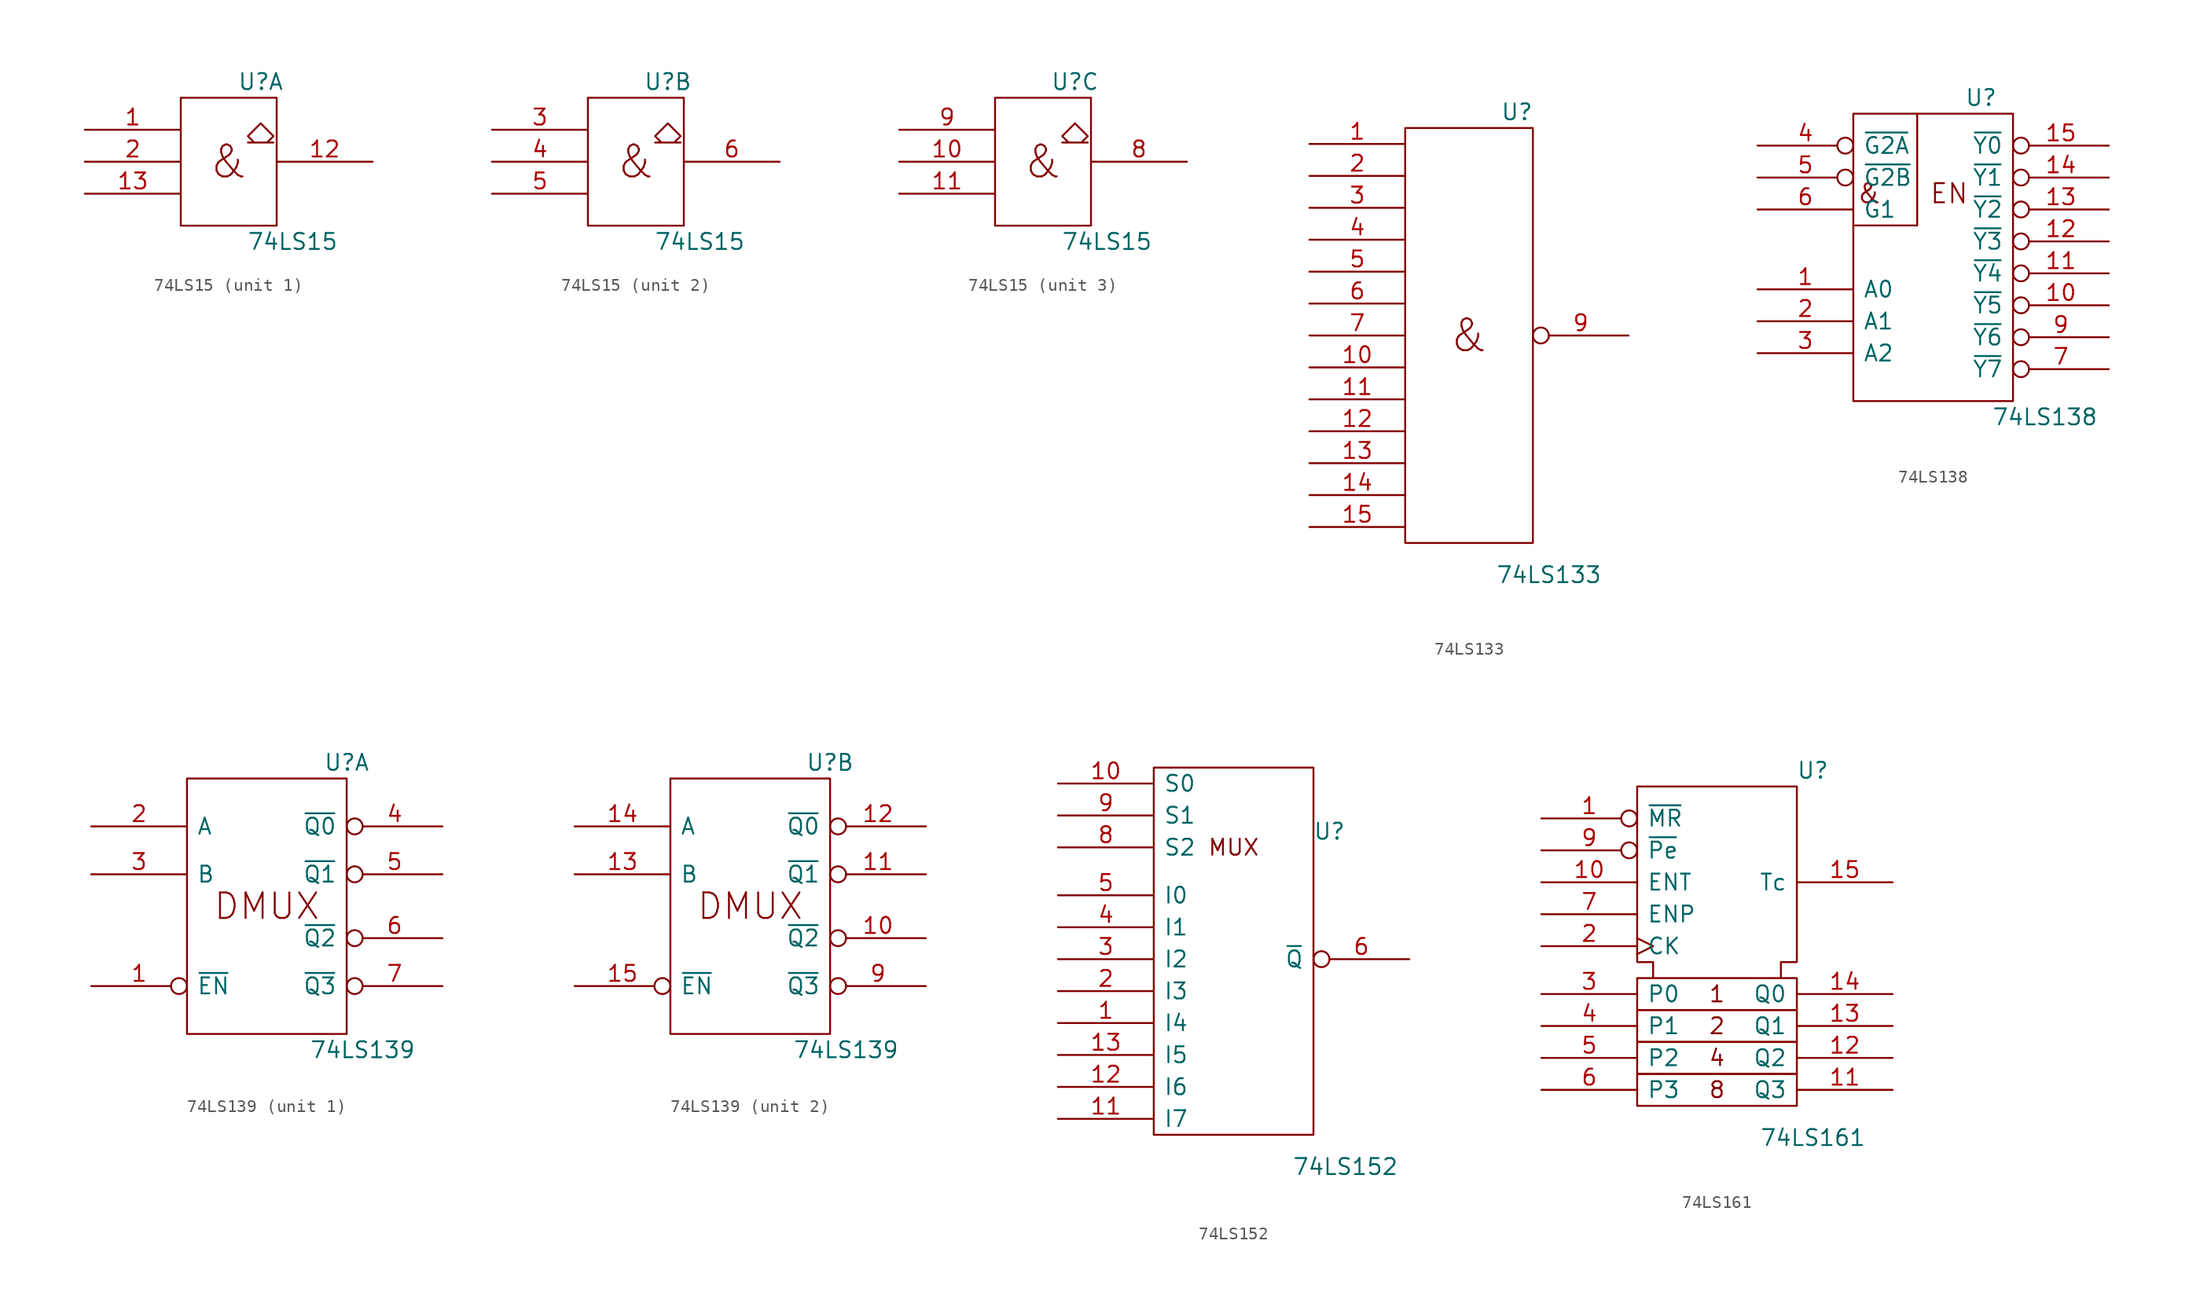
<source format=kicad_sym>
(kicad_symbol_lib
  (version 20211014)
  (generator kicad_symbol_editor)
  (symbol "74LS15"
    (pin_names
      (offset 0.762))
    (property "Reference" "U"
      (at 2.54 6.35 0)
      (effects (font (size 1.27 1.27))))
    (property "Value" "74LS15"
      (at 5.08 -6.35 0)
      (effects (font (size 1.27 1.27))))
    (symbol "74LS15_0_0"
      (polyline (pts (xy 2.032 1.524) (xy 1.524 2.032) (xy 2.54 3.048) (xy 3.556 2.032) (xy 3.048 1.524) (xy 3.556 1.524) (xy 1.524 1.524) (xy 1.524 1.524)) (stroke (width 0) (type default) (color 0 0 0 0)) (fill (type none)))
      (text "&" (at 0 0 0) (effects (font (size 2.54 2.54)))))
    (symbol "74LS15_0_1"
      (rectangle (start -3.81 5.08) (end 3.81 -5.08) (stroke (width 0) (type default) (color 0 0 0 0)) (fill (type none)))
      (pin power_in line (at 0 5.08 270) (length 0) hide (name "Vcc" (effects (font (size 1.27 1.27)))) (number "14" (effects (font (size 1.27 1.27)))))
      (pin power_in line (at 0 -5.08 90) (length 0) hide (name "Gnd" (effects (font (size 1.27 1.27)))) (number "7" (effects (font (size 1.27 1.27))))))
    (symbol "74LS15_1_1"
      (pin input line (at -11.43 2.54 0) (length 7.62) (name "~" (effects (font (size 1.27 1.27)))) (number "1" (effects (font (size 1.27 1.27)))))
      (pin output line (at 11.43 0 180) (length 7.62) (name "~" (effects (font (size 1.27 1.27)))) (number "12" (effects (font (size 1.27 1.27)))))
      (pin input line (at -11.43 -2.54 0) (length 7.62) (name "~" (effects (font (size 1.27 1.27)))) (number "13" (effects (font (size 1.27 1.27)))))
      (pin input line (at -11.43 0 0) (length 7.62) (name "~" (effects (font (size 1.27 1.27)))) (number "2" (effects (font (size 1.27 1.27))))))
    (symbol "74LS15_2_1"
      (pin input line (at -11.43 2.54 0) (length 7.62) (name "~" (effects (font (size 1.27 1.27)))) (number "3" (effects (font (size 1.27 1.27)))))
      (pin input line (at -11.43 0 0) (length 7.62) (name "~" (effects (font (size 1.27 1.27)))) (number "4" (effects (font (size 1.27 1.27)))))
      (pin input line (at -11.43 -2.54 0) (length 7.62) (name "~" (effects (font (size 1.27 1.27)))) (number "5" (effects (font (size 1.27 1.27)))))
      (pin output line (at 11.43 0 180) (length 7.62) (name "~" (effects (font (size 1.27 1.27)))) (number "6" (effects (font (size 1.27 1.27))))))
    (symbol "74LS15_3_1"
      (pin input line (at -11.43 0 0) (length 7.62) (name "~" (effects (font (size 1.27 1.27)))) (number "10" (effects (font (size 1.27 1.27)))))
      (pin input line (at -11.43 -2.54 0) (length 7.62) (name "~" (effects (font (size 1.27 1.27)))) (number "11" (effects (font (size 1.27 1.27)))))
      (pin output line (at 11.43 0 180) (length 7.62) (name "~" (effects (font (size 1.27 1.27)))) (number "8" (effects (font (size 1.27 1.27)))))
      (pin input line (at -11.43 2.54 0) (length 7.62) (name "~" (effects (font (size 1.27 1.27)))) (number "9" (effects (font (size 1.27 1.27)))))))
  (symbol "74LS133"
    (pin_names
      (offset 0.762))
    (property "Reference" "U"
      (at 3.81 17.78 0)
      (effects (font (size 1.27 1.27))))
    (property "Value" "74LS133"
      (at 6.35 -19.05 0)
      (effects (font (size 1.27 1.27))))
    (symbol "74LS133_0_0"
      (text "&" (at 0 0 0) (effects (font (size 2.54 2.54)))))
    (symbol "74LS133_0_1"
      (rectangle (start -5.08 16.51) (end 5.08 -16.51) (stroke (width 0) (type default) (color 0 0 0 0)) (fill (type none)))
      (pin power_in line (at 0 16.51 270) (length 0) hide (name "Vcc" (effects (font (size 1.27 1.27)))) (number "16" (effects (font (size 1.27 1.27)))))
      (pin power_in line (at 0 -16.51 90) (length 0) hide (name "Gnd" (effects (font (size 1.27 1.27)))) (number "8" (effects (font (size 1.27 1.27))))))
    (symbol "74LS133_1_1"
      (pin input line (at -12.7 15.24 0) (length 7.62) (name "~" (effects (font (size 1.27 1.27)))) (number "1" (effects (font (size 1.27 1.27)))))
      (pin input line (at -12.7 -2.54 0) (length 7.62) (name "~" (effects (font (size 1.27 1.27)))) (number "10" (effects (font (size 1.27 1.27)))))
      (pin input line (at -12.7 -5.08 0) (length 7.62) (name "~" (effects (font (size 1.27 1.27)))) (number "11" (effects (font (size 1.27 1.27)))))
      (pin input line (at -12.7 -7.62 0) (length 7.62) (name "~" (effects (font (size 1.27 1.27)))) (number "12" (effects (font (size 1.27 1.27)))))
      (pin input line (at -12.7 -10.16 0) (length 7.62) (name "~" (effects (font (size 1.27 1.27)))) (number "13" (effects (font (size 1.27 1.27)))))
      (pin input line (at -12.7 -12.7 0) (length 7.62) (name "~" (effects (font (size 1.27 1.27)))) (number "14" (effects (font (size 1.27 1.27)))))
      (pin input line (at -12.7 -15.24 0) (length 7.62) (name "~" (effects (font (size 1.27 1.27)))) (number "15" (effects (font (size 1.27 1.27)))))
      (pin input line (at -12.7 12.7 0) (length 7.62) (name "~" (effects (font (size 1.27 1.27)))) (number "2" (effects (font (size 1.27 1.27)))))
      (pin input line (at -12.7 10.16 0) (length 7.62) (name "~" (effects (font (size 1.27 1.27)))) (number "3" (effects (font (size 1.27 1.27)))))
      (pin input line (at -12.7 7.62 0) (length 7.62) (name "~" (effects (font (size 1.27 1.27)))) (number "4" (effects (font (size 1.27 1.27)))))
      (pin input line (at -12.7 5.08 0) (length 7.62) (name "~" (effects (font (size 1.27 1.27)))) (number "5" (effects (font (size 1.27 1.27)))))
      (pin input line (at -12.7 2.54 0) (length 7.62) (name "~" (effects (font (size 1.27 1.27)))) (number "6" (effects (font (size 1.27 1.27)))))
      (pin input line (at -12.7 0 0) (length 7.62) (name "~" (effects (font (size 1.27 1.27)))) (number "7" (effects (font (size 1.27 1.27)))))
      (pin output inverted (at 12.7 0 180) (length 7.62) (name "~" (effects (font (size 1.27 1.27)))) (number "9" (effects (font (size 1.27 1.27)))))))
  (symbol "74LS138"
    (pin_names
      (offset 0.762))
    (property "Reference" "U"
      (at 3.81 8.89 0)
      (effects (font (size 1.27 1.27))))
    (property "Value" "74LS138"
      (at 8.89 -16.51 0)
      (effects (font (size 1.27 1.27))))
    (symbol "74LS138_0_0"
      (polyline (pts (xy -1.27 7.62) (xy -1.27 -1.27) (xy -6.35 -1.27) (xy -6.35 -1.27)) (stroke (width 0) (type default) (color 0 0 0 0)) (fill (type none)))
      (text "&" (at -5.08 1.27 0) (effects (font (size 1.524 1.524))))
      (text "EN" (at 1.27 1.27 0) (effects (font (size 1.524 1.524))))
      (pin power_in line (at 0 7.62 270) (length 0) hide (name "VCC" (effects (font (size 1.27 1.27)))) (number "16" (effects (font (size 1.27 1.27))))))
    (symbol "74LS138_0_1"
      (rectangle (start -6.35 7.62) (end 6.35 -15.24) (stroke (width 0) (type default) (color 0 0 0 0)) (fill (type none))))
    (symbol "74LS138_1_1"
      (pin input line (at -13.97 -6.35 0) (length 7.62) (name "A0" (effects (font (size 1.27 1.27)))) (number "1" (effects (font (size 1.27 1.27)))))
      (pin output inverted (at 13.97 -7.62 180) (length 7.62) (name "~{Y5}" (effects (font (size 1.27 1.27)))) (number "10" (effects (font (size 1.27 1.27)))))
      (pin output inverted (at 13.97 -5.08 180) (length 7.62) (name "~{Y4}" (effects (font (size 1.27 1.27)))) (number "11" (effects (font (size 1.27 1.27)))))
      (pin output inverted (at 13.97 -2.54 180) (length 7.62) (name "~{Y3}" (effects (font (size 1.27 1.27)))) (number "12" (effects (font (size 1.27 1.27)))))
      (pin output inverted (at 13.97 0 180) (length 7.62) (name "~{Y2}" (effects (font (size 1.27 1.27)))) (number "13" (effects (font (size 1.27 1.27)))))
      (pin output inverted (at 13.97 2.54 180) (length 7.62) (name "~{Y1}" (effects (font (size 1.27 1.27)))) (number "14" (effects (font (size 1.27 1.27)))))
      (pin output inverted (at 13.97 5.08 180) (length 7.62) (name "~{Y0}" (effects (font (size 1.27 1.27)))) (number "15" (effects (font (size 1.27 1.27)))))
      (pin input line (at -13.97 -8.89 0) (length 7.62) (name "A1" (effects (font (size 1.27 1.27)))) (number "2" (effects (font (size 1.27 1.27)))))
      (pin input line (at -13.97 -11.43 0) (length 7.62) (name "A2" (effects (font (size 1.27 1.27)))) (number "3" (effects (font (size 1.27 1.27)))))
      (pin input inverted (at -13.97 5.08 0) (length 7.62) (name "~{G2A}" (effects (font (size 1.27 1.27)))) (number "4" (effects (font (size 1.27 1.27)))))
      (pin input inverted (at -13.97 2.54 0) (length 7.62) (name "~{G2B}" (effects (font (size 1.27 1.27)))) (number "5" (effects (font (size 1.27 1.27)))))
      (pin input line (at -13.97 0 0) (length 7.62) (name "G1" (effects (font (size 1.27 1.27)))) (number "6" (effects (font (size 1.27 1.27)))))
      (pin output inverted (at 13.97 -12.7 180) (length 7.62) (name "~{Y7}" (effects (font (size 1.27 1.27)))) (number "7" (effects (font (size 1.27 1.27)))))
      (pin power_in line (at 0 -15.24 90) (length 0) hide (name "GND" (effects (font (size 1.27 1.27)))) (number "8" (effects (font (size 1.27 1.27)))))
      (pin output inverted (at 13.97 -10.16 180) (length 7.62) (name "~{Y6}" (effects (font (size 1.27 1.27)))) (number "9" (effects (font (size 1.27 1.27)))))))
  (symbol "74LS139"
    (pin_names
      (offset 0.762))
    (property "Reference" "U"
      (at 6.35 11.43 0)
      (effects (font (size 1.27 1.27))))
    (property "Value" "74LS139"
      (at 7.62 -11.43 0)
      (effects (font (size 1.27 1.27))))
    (symbol "74LS139_0_0"
      (rectangle (start -6.35 10.16) (end 6.35 -10.16) (stroke (width 0) (type default) (color 0 0 0 0)) (fill (type none)))
      (text "DMUX" (at 0 0 0) (effects (font (size 2.032 2.032))))
      (pin power_in line (at 0 10.16 270) (length 0) hide (name "VCC" (effects (font (size 1.27 1.27)))) (number "16" (effects (font (size 1.27 1.27)))))
      (pin power_in line (at 0 -10.16 90) (length 0) hide (name "GND" (effects (font (size 1.27 1.27)))) (number "8" (effects (font (size 1.27 1.27))))))
    (symbol "74LS139_1_1"
      (pin input inverted (at -13.97 -6.35 0) (length 7.62) (name "~{EN}" (effects (font (size 1.27 1.27)))) (number "1" (effects (font (size 1.27 1.27)))))
      (pin input line (at -13.97 6.35 0) (length 7.62) (name "A" (effects (font (size 1.27 1.27)))) (number "2" (effects (font (size 1.27 1.27)))))
      (pin input line (at -13.97 2.54 0) (length 7.62) (name "B" (effects (font (size 1.27 1.27)))) (number "3" (effects (font (size 1.27 1.27)))))
      (pin output inverted (at 13.97 6.35 180) (length 7.62) (name "~{Q0}" (effects (font (size 1.27 1.27)))) (number "4" (effects (font (size 1.27 1.27)))))
      (pin output inverted (at 13.97 2.54 180) (length 7.62) (name "~{Q1}" (effects (font (size 1.27 1.27)))) (number "5" (effects (font (size 1.27 1.27)))))
      (pin output inverted (at 13.97 -2.54 180) (length 7.62) (name "~{Q2}" (effects (font (size 1.27 1.27)))) (number "6" (effects (font (size 1.27 1.27)))))
      (pin output inverted (at 13.97 -6.35 180) (length 7.62) (name "~{Q3}" (effects (font (size 1.27 1.27)))) (number "7" (effects (font (size 1.27 1.27))))))
    (symbol "74LS139_2_1"
      (pin output inverted (at 13.97 -2.54 180) (length 7.62) (name "~{Q2}" (effects (font (size 1.27 1.27)))) (number "10" (effects (font (size 1.27 1.27)))))
      (pin output inverted (at 13.97 2.54 180) (length 7.62) (name "~{Q1}" (effects (font (size 1.27 1.27)))) (number "11" (effects (font (size 1.27 1.27)))))
      (pin output inverted (at 13.97 6.35 180) (length 7.62) (name "~{Q0}" (effects (font (size 1.27 1.27)))) (number "12" (effects (font (size 1.27 1.27)))))
      (pin input line (at -13.97 2.54 0) (length 7.62) (name "B" (effects (font (size 1.27 1.27)))) (number "13" (effects (font (size 1.27 1.27)))))
      (pin input line (at -13.97 6.35 0) (length 7.62) (name "A" (effects (font (size 1.27 1.27)))) (number "14" (effects (font (size 1.27 1.27)))))
      (pin input inverted (at -13.97 -6.35 0) (length 7.62) (name "~{EN}" (effects (font (size 1.27 1.27)))) (number "15" (effects (font (size 1.27 1.27)))))
      (pin output inverted (at 13.97 -6.35 180) (length 7.62) (name "~{Q3}" (effects (font (size 1.27 1.27)))) (number "9" (effects (font (size 1.27 1.27)))))))
  (symbol "74LS152"
    (pin_names
      (offset 0.762))
    (property "Reference" "U"
      (at 7.62 11.43 0)
      (effects (font (size 1.27 1.27))))
    (property "Value" "74LS152"
      (at 8.89 -15.24 0)
      (effects (font (size 1.27 1.27))))
    (symbol "74LS152_0_0"
      (rectangle (start -6.35 16.51) (end 6.35 -12.7) (stroke (width 0) (type default) (color 0 0 0 0)) (fill (type none)))
      (text "MUX" (at 0 10.16 0) (effects (font (size 1.27 1.27))))
      (pin power_in line (at 0 16.51 270) (length 0) hide (name "VCC" (effects (font (size 1.27 1.27)))) (number "14" (effects (font (size 1.27 1.27)))))
      (pin power_in line (at 0 -12.7 90) (length 0) hide (name "GND" (effects (font (size 1.27 1.27)))) (number "7" (effects (font (size 1.27 1.27))))))
    (symbol "74LS152_1_1"
      (pin input line (at -13.97 -3.81 0) (length 7.62) (name "I4" (effects (font (size 1.27 1.27)))) (number "1" (effects (font (size 1.27 1.27)))))
      (pin input line (at -13.97 15.24 0) (length 7.62) (name "S0" (effects (font (size 1.27 1.27)))) (number "10" (effects (font (size 1.27 1.27)))))
      (pin input line (at -13.97 -11.43 0) (length 7.62) (name "I7" (effects (font (size 1.27 1.27)))) (number "11" (effects (font (size 1.27 1.27)))))
      (pin input line (at -13.97 -8.89 0) (length 7.62) (name "I6" (effects (font (size 1.27 1.27)))) (number "12" (effects (font (size 1.27 1.27)))))
      (pin input line (at -13.97 -6.35 0) (length 7.62) (name "I5" (effects (font (size 1.27 1.27)))) (number "13" (effects (font (size 1.27 1.27)))))
      (pin input line (at -13.97 -1.27 0) (length 7.62) (name "I3" (effects (font (size 1.27 1.27)))) (number "2" (effects (font (size 1.27 1.27)))))
      (pin input line (at -13.97 1.27 0) (length 7.62) (name "I2" (effects (font (size 1.27 1.27)))) (number "3" (effects (font (size 1.27 1.27)))))
      (pin input line (at -13.97 3.81 0) (length 7.62) (name "I1" (effects (font (size 1.27 1.27)))) (number "4" (effects (font (size 1.27 1.27)))))
      (pin input line (at -13.97 6.35 0) (length 7.62) (name "I0" (effects (font (size 1.27 1.27)))) (number "5" (effects (font (size 1.27 1.27)))))
      (pin output inverted (at 13.97 1.27 180) (length 7.62) (name "~{Q}" (effects (font (size 1.27 1.27)))) (number "6" (effects (font (size 1.27 1.27)))))
      (pin input line (at -13.97 10.16 0) (length 7.62) (name "S2" (effects (font (size 1.27 1.27)))) (number "8" (effects (font (size 1.27 1.27)))))
      (pin input line (at -13.97 12.7 0) (length 7.62) (name "S1" (effects (font (size 1.27 1.27)))) (number "9" (effects (font (size 1.27 1.27)))))))
  (symbol "74LS161"
    (pin_names
      (offset 0.762))
    (property "Reference" "U"
      (at 7.62 15.24 0)
      (effects (font (size 1.27 1.27))))
    (property "Value" "74LS161"
      (at 7.62 -13.97 0)
      (effects (font (size 1.27 1.27))))
    (symbol "74LS161_0_0"
      (rectangle (start -6.35 -8.89) (end 6.35 -11.43) (stroke (width 0) (type default) (color 0 0 0 0)) (fill (type none)))
      (rectangle (start -6.35 -6.35) (end 6.35 -8.89) (stroke (width 0) (type default) (color 0 0 0 0)) (fill (type none)))
      (rectangle (start -6.35 -3.81) (end 6.35 -6.35) (stroke (width 0) (type default) (color 0 0 0 0)) (fill (type none)))
      (rectangle (start -6.35 -1.27) (end 6.35 -3.81) (stroke (width 0) (type default) (color 0 0 0 0)) (fill (type none)))
      (polyline (pts (xy -5.08 -1.27) (xy -5.08 0) (xy -6.35 0) (xy -6.35 13.97) (xy 6.35 13.97) (xy 6.35 0) (xy 5.08 0) (xy 5.08 -1.27) (xy 5.08 -1.27)) (stroke (width 0) (type default) (color 0 0 0 0)) (fill (type none)))
      (text "1" (at 0 -2.54 0) (effects (font (size 1.27 1.27))))
      (text "2" (at 0 -5.08 0) (effects (font (size 1.27 1.27))))
      (text "4" (at 0 -7.62 0) (effects (font (size 1.27 1.27))))
      (text "8" (at 0 -10.16 0) (effects (font (size 1.27 1.27))))
      (pin power_in line (at 3.81 13.97 270) (length 0) hide (name "VCC" (effects (font (size 1.27 1.27)))) (number "16" (effects (font (size 1.27 1.27)))))
      (pin power_in line (at 1.27 13.97 270) (length 0) hide (name "GND" (effects (font (size 1.27 1.27)))) (number "8" (effects (font (size 1.27 1.27))))))
    (symbol "74LS161_1_1"
      (pin input inverted (at -13.97 11.43 0) (length 7.62) (name "~{MR}" (effects (font (size 1.27 1.27)))) (number "1" (effects (font (size 1.27 1.27)))))
      (pin input line (at -13.97 6.35 0) (length 7.62) (name "ENT" (effects (font (size 1.27 1.27)))) (number "10" (effects (font (size 1.27 1.27)))))
      (pin output line (at 13.97 -10.16 180) (length 7.62) (name "Q3" (effects (font (size 1.27 1.27)))) (number "11" (effects (font (size 1.27 1.27)))))
      (pin output line (at 13.97 -7.62 180) (length 7.62) (name "Q2" (effects (font (size 1.27 1.27)))) (number "12" (effects (font (size 1.27 1.27)))))
      (pin output line (at 13.97 -5.08 180) (length 7.62) (name "Q1" (effects (font (size 1.27 1.27)))) (number "13" (effects (font (size 1.27 1.27)))))
      (pin output line (at 13.97 -2.54 180) (length 7.62) (name "Q0" (effects (font (size 1.27 1.27)))) (number "14" (effects (font (size 1.27 1.27)))))
      (pin output line (at 13.97 6.35 180) (length 7.62) (name "Tc" (effects (font (size 1.27 1.27)))) (number "15" (effects (font (size 1.27 1.27)))))
      (pin input clock (at -13.97 1.27 0) (length 7.62) (name "CK" (effects (font (size 1.27 1.27)))) (number "2" (effects (font (size 1.27 1.27)))))
      (pin input line (at -13.97 -2.54 0) (length 7.62) (name "P0" (effects (font (size 1.27 1.27)))) (number "3" (effects (font (size 1.27 1.27)))))
      (pin input line (at -13.97 -5.08 0) (length 7.62) (name "P1" (effects (font (size 1.27 1.27)))) (number "4" (effects (font (size 1.27 1.27)))))
      (pin input line (at -13.97 -7.62 0) (length 7.62) (name "P2" (effects (font (size 1.27 1.27)))) (number "5" (effects (font (size 1.27 1.27)))))
      (pin input line (at -13.97 -10.16 0) (length 7.62) (name "P3" (effects (font (size 1.27 1.27)))) (number "6" (effects (font (size 1.27 1.27)))))
      (pin input line (at -13.97 3.81 0) (length 7.62) (name "ENP" (effects (font (size 1.27 1.27)))) (number "7" (effects (font (size 1.27 1.27)))))
      (pin input inverted (at -13.97 8.89 0) (length 7.62) (name "~{Pe}" (effects (font (size 1.27 1.27)))) (number "9" (effects (font (size 1.27 1.27))))))))
</source>
